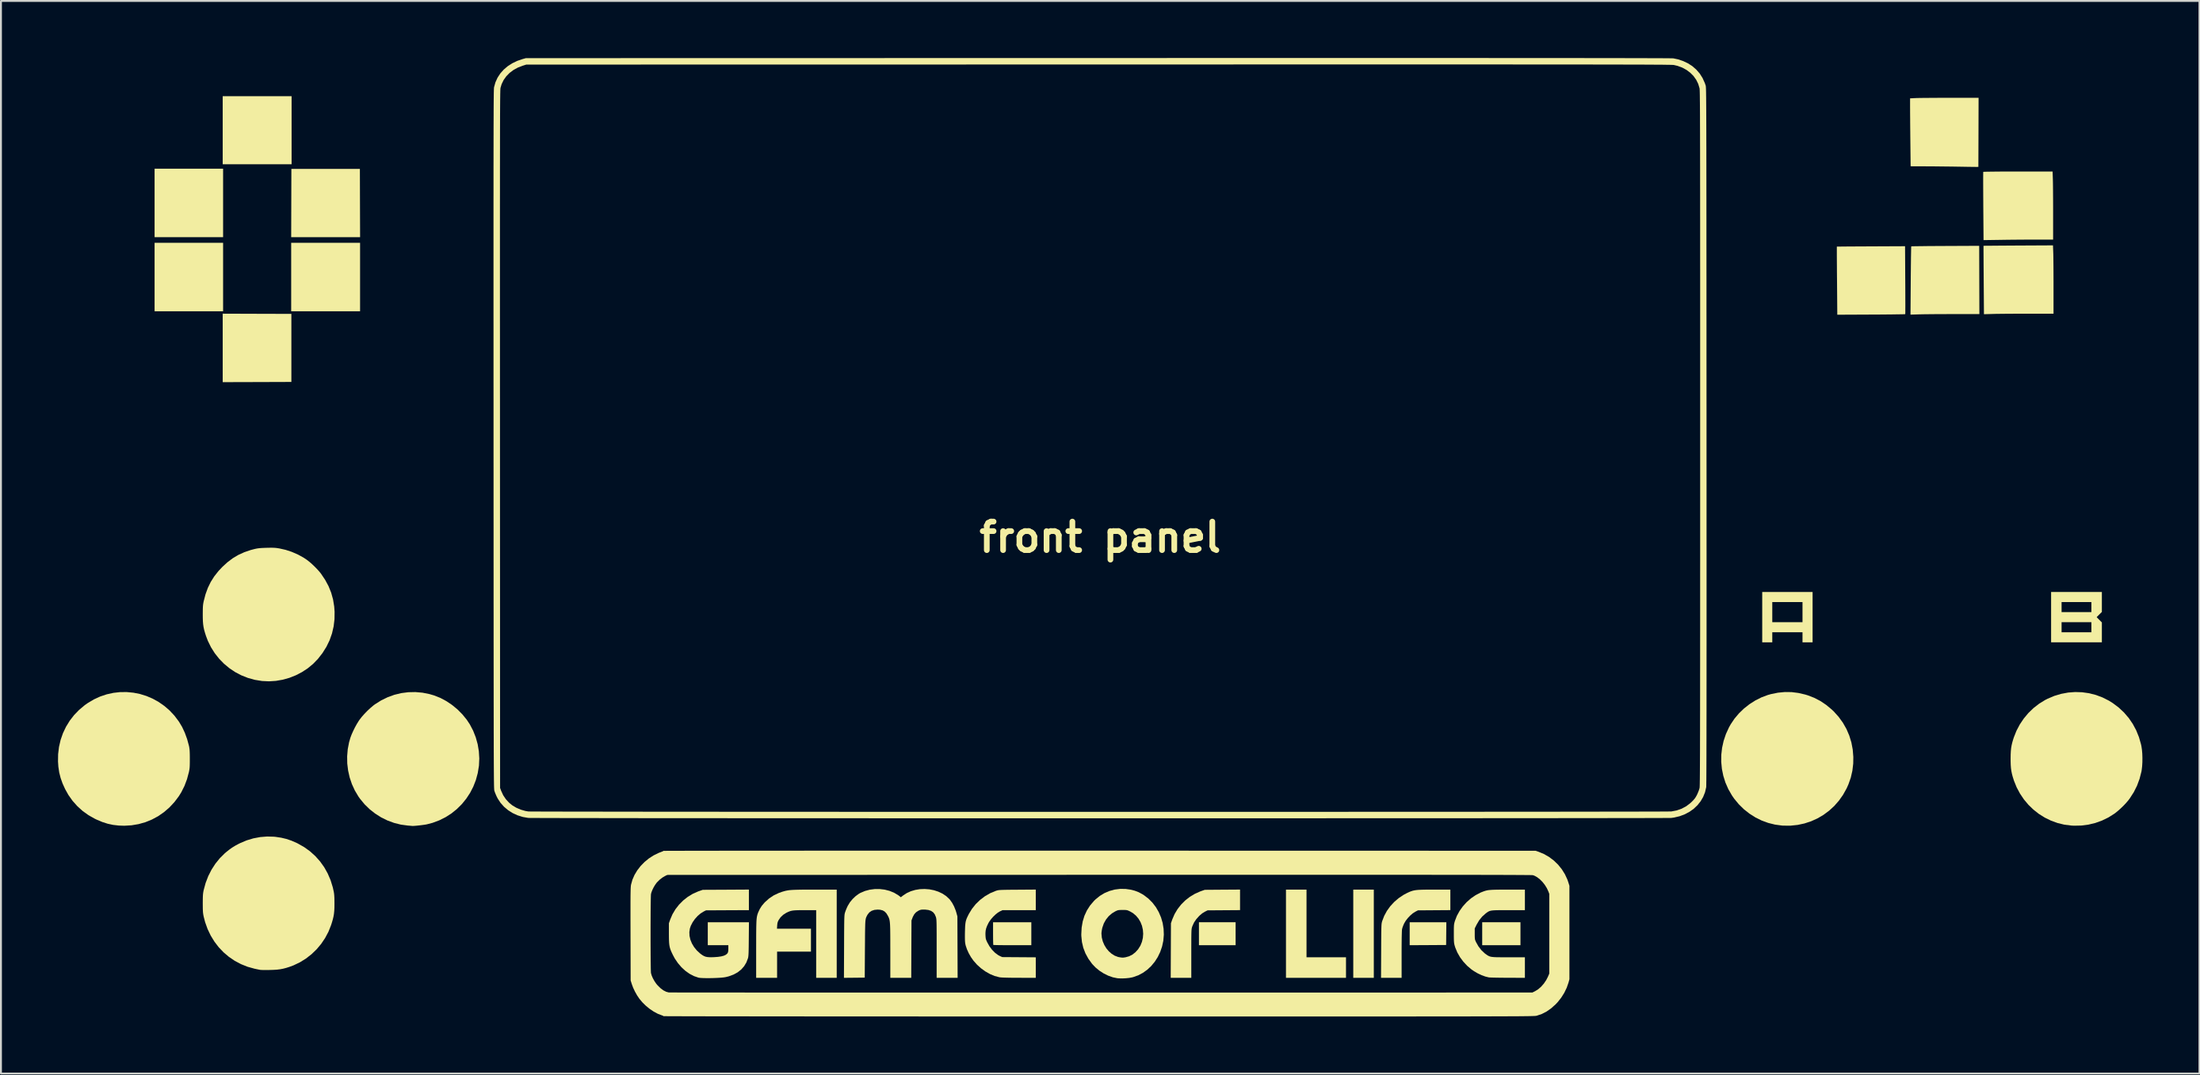
<source format=kicad_pcb>
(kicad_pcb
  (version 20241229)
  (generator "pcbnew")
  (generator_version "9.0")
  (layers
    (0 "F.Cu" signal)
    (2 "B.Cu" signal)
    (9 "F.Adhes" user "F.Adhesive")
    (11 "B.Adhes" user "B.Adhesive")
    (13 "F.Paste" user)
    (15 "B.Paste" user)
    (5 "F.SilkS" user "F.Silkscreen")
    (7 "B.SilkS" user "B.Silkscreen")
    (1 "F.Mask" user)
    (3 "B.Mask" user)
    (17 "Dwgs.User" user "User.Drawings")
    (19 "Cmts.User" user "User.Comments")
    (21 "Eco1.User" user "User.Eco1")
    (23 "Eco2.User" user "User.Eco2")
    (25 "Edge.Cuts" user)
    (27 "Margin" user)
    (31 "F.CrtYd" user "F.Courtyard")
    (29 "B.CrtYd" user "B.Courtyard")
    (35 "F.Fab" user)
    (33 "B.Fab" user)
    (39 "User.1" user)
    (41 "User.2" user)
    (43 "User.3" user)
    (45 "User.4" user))
  (footprint "front panel"
    (layer "F.Cu")
    (at 54.798 25.207)
    (property "Reference" "front panel" (at 0 0 0) (layer "F.SilkS") (effects (font (size 1.5 1.5) (thickness 0.3))))
    (attr board_only exclude_from_pos_files exclude_from_bom)
    (fp_poly (pts (xy -46.118 -17.583) (xy -46.118 -15.782) (xy -47.919 -15.782) (xy -49.72 -15.782) (xy -49.72 -17.583) (xy -49.72 -19.384) (xy -47.919 -19.384) (xy -46.118 -19.384)) (stroke (width 0) (type solid)) (fill yes) (layer "F.SilkS"))
    (fp_poly (pts (xy -46.118 -13.685) (xy -46.118 -11.884) (xy -47.919 -11.884) (xy -49.72 -11.884) (xy -49.72 -13.685) (xy -49.72 -15.486) (xy -47.919 -15.486) (xy -46.118 -15.486)) (stroke (width 0) (type solid)) (fill yes) (layer "F.SilkS"))
    (fp_poly (pts (xy -44.333 -11.752) (xy -42.528 -11.747) (xy -42.528 -9.957) (xy -42.528 -8.167) (xy -44.333 -8.161) (xy -46.139 -8.156) (xy -46.139 -9.957) (xy -46.139 -11.758)) (stroke (width 0) (type solid)) (fill yes) (layer "F.SilkS"))
    (fp_poly (pts (xy -42.517 -21.407) (xy -42.517 -19.617) (xy -44.328 -19.617) (xy -46.139 -19.617) (xy -46.139 -21.407) (xy -46.139 -23.197) (xy -44.328 -23.197) (xy -42.517 -23.197)) (stroke (width 0) (type solid)) (fill yes) (layer "F.SilkS"))
    (fp_poly (pts (xy -38.921 -17.578) (xy -38.915 -15.782) (xy -40.727 -15.782) (xy -42.538 -15.782) (xy -42.533 -17.578) (xy -42.528 -19.373) (xy -40.727 -19.373) (xy -38.926 -19.373)) (stroke (width 0) (type solid)) (fill yes) (layer "F.SilkS"))
    (fp_poly (pts (xy -38.916 -13.685) (xy -38.916 -11.884) (xy -40.727 -11.884) (xy -42.538 -11.884) (xy -42.538 -13.685) (xy -42.538 -15.486) (xy -40.727 -15.486) (xy -38.916 -15.486)) (stroke (width 0) (type solid)) (fill yes) (layer "F.SilkS"))
    (fp_poly (pts (xy 7.118 20.856) (xy 7.118 21.46) (xy 6.154 21.46) (xy 5.19 21.46) (xy 5.19 20.856) (xy 5.19 20.252) (xy 6.154 20.252) (xy 7.118 20.252)) (stroke (width 0) (type solid)) (fill yes) (layer "F.SilkS"))
    (fp_poly (pts (xy 14.384 20.856) (xy 14.384 23.176) (xy 13.844 23.176) (xy 13.304 23.176) (xy 13.304 20.856) (xy 13.304 18.536) (xy 13.844 18.536) (xy 14.384 18.536)) (stroke (width 0) (type solid)) (fill yes) (layer "F.SilkS"))
    (fp_poly (pts (xy 18.192 20.851) (xy 18.187 21.449) (xy 17.228 21.455) (xy 16.27 21.46) (xy 16.27 20.856) (xy 16.27 20.252) (xy 17.234 20.252) (xy 18.198 20.252)) (stroke (width 0) (type solid)) (fill yes) (layer "F.SilkS"))
    (fp_poly (pts (xy 22.095 20.856) (xy 22.095 21.46) (xy 21.089 21.46) (xy 20.083 21.46) (xy 20.083 20.856) (xy 20.083 20.252) (xy 21.089 20.252) (xy 22.095 20.252)) (stroke (width 0) (type solid)) (fill yes) (layer "F.SilkS"))
    (fp_poly (pts (xy 10.846 20.316) (xy 10.846 22.095) (xy 11.884 22.095) (xy 12.922 22.095) (xy 12.922 22.635) (xy 12.922 23.176) (xy 11.344 23.176) (xy 9.766 23.176) (xy 9.766 20.856) (xy 9.766 18.536) (xy 10.306 18.536) (xy 10.846 18.536)) (stroke (width 0) (type solid)) (fill yes) (layer "F.SilkS"))
    (fp_poly (pts (xy -3.623 20.856) (xy -3.623 21.46) (xy -4.615 21.46) (xy -4.816 21.459) (xy -5.004 21.459) (xy -5.174 21.457) (xy -5.324 21.456) (xy -5.447 21.453) (xy -5.541 21.451) (xy -5.6 21.448) (xy -5.621 21.446) (xy -5.625 21.422) (xy -5.628 21.361) (xy -5.631 21.268) (xy -5.633 21.151) (xy -5.634 21.013) (xy -5.635 20.86) (xy -5.635 20.842) (xy -5.635 20.252) (xy -4.629 20.252) (xy -3.623 20.252)) (stroke (width 0) (type solid)) (fill yes) (layer "F.SilkS"))
    (fp_poly (pts (xy 37.454 4.205) (xy 37.454 5.529) (xy 37.189 5.529) (xy 36.924 5.529) (xy 36.924 5.264) (xy 36.924 4.999) (xy 36.13 4.999) (xy 35.335 4.999) (xy 35.335 5.264) (xy 35.335 5.529) (xy 35.071 5.529) (xy 34.806 5.529) (xy 34.806 4.205) (xy 34.806 3.94) (xy 35.335 3.94) (xy 35.335 4.47) (xy 36.13 4.47) (xy 36.924 4.47) (xy 36.924 3.94) (xy 36.924 3.411) (xy 36.13 3.411) (xy 35.335 3.411) (xy 35.335 3.94) (xy 34.806 3.94) (xy 34.806 2.881) (xy 36.13 2.881) (xy 37.454 2.881)) (stroke (width 0) (type solid)) (fill yes) (layer "F.SilkS"))
    (fp_poly (pts (xy 52.664 3.406) (xy 52.664 3.931) (xy 52.526 4.067) (xy 52.389 4.204) (xy 52.526 4.343) (xy 52.664 4.482) (xy 52.664 5.005) (xy 52.664 5.529) (xy 51.33 5.529) (xy 49.995 5.529) (xy 49.995 4.735) (xy 50.546 4.735) (xy 50.546 4.999) (xy 51.33 4.999) (xy 52.113 4.999) (xy 52.113 4.735) (xy 52.113 4.47) (xy 51.33 4.47) (xy 50.546 4.47) (xy 50.546 4.735) (xy 49.995 4.735) (xy 49.995 4.205) (xy 49.995 3.675) (xy 50.546 3.675) (xy 50.546 3.94) (xy 51.33 3.94) (xy 52.113 3.94) (xy 52.113 3.675) (xy 52.113 3.411) (xy 51.33 3.411) (xy 50.546 3.411) (xy 50.546 3.675) (xy 49.995 3.675) (xy 49.995 2.881) (xy 51.33 2.881) (xy 52.664 2.881)) (stroke (width 0) (type solid)) (fill yes) (layer "F.SilkS"))
    (fp_poly (pts (xy 46.219 -13.531) (xy 46.224 -11.736) (xy 44.874 -11.736) (xy 44.622 -11.736) (xy 44.37 -11.735) (xy 44.124 -11.734) (xy 43.888 -11.733) (xy 43.668 -11.731) (xy 43.469 -11.729) (xy 43.298 -11.727) (xy 43.158 -11.724) (xy 43.062 -11.722) (xy 42.602 -11.708) (xy 42.615 -13.496) (xy 42.617 -13.768) (xy 42.62 -14.027) (xy 42.622 -14.271) (xy 42.625 -14.497) (xy 42.627 -14.701) (xy 42.63 -14.88) (xy 42.633 -15.031) (xy 42.635 -15.152) (xy 42.638 -15.238) (xy 42.64 -15.288) (xy 42.641 -15.298) (xy 42.664 -15.3) (xy 42.726 -15.303) (xy 42.824 -15.305) (xy 42.955 -15.307) (xy 43.116 -15.309) (xy 43.304 -15.311) (xy 43.515 -15.314) (xy 43.747 -15.315) (xy 43.996 -15.317) (xy 44.259 -15.319) (xy 44.434 -15.319) (xy 46.214 -15.327)) (stroke (width 0) (type solid)) (fill yes) (layer "F.SilkS"))
    (fp_poly (pts (xy 46.177 -21.296) (xy 46.171 -19.479) (xy 46.086 -19.477) (xy 46.047 -19.477) (xy 45.971 -19.478) (xy 45.862 -19.479) (xy 45.725 -19.481) (xy 45.566 -19.483) (xy 45.39 -19.486) (xy 45.201 -19.489) (xy 45.123 -19.49) (xy 44.888 -19.494) (xy 44.628 -19.497) (xy 44.354 -19.5) (xy 44.078 -19.503) (xy 43.813 -19.506) (xy 43.57 -19.507) (xy 43.426 -19.508) (xy 42.609 -19.511) (xy 42.595 -20.817) (xy 42.592 -21.066) (xy 42.59 -21.316) (xy 42.587 -21.562) (xy 42.585 -21.797) (xy 42.584 -22.017) (xy 42.582 -22.215) (xy 42.581 -22.386) (xy 42.581 -22.525) (xy 42.58 -22.604) (xy 42.58 -23.084) (xy 42.87 -23.098) (xy 42.94 -23.101) (xy 43.048 -23.103) (xy 43.19 -23.105) (xy 43.362 -23.107) (xy 43.559 -23.108) (xy 43.777 -23.11) (xy 44.012 -23.111) (xy 44.259 -23.112) (xy 44.514 -23.112) (xy 44.671 -23.112) (xy 46.182 -23.112)) (stroke (width 0) (type solid)) (fill yes) (layer "F.SilkS"))
    (fp_poly (pts (xy 7.351 19.075) (xy 7.351 19.615) (xy 6.497 19.621) (xy 5.643 19.627) (xy 5.496 19.701) (xy 5.365 19.782) (xy 5.231 19.895) (xy 5.19 19.935) (xy 5.044 20.099) (xy 4.933 20.265) (xy 4.851 20.443) (xy 4.836 20.484) (xy 4.826 20.513) (xy 4.818 20.542) (xy 4.811 20.574) (xy 4.805 20.612) (xy 4.8 20.659) (xy 4.797 20.72) (xy 4.794 20.798) (xy 4.792 20.895) (xy 4.79 21.017) (xy 4.789 21.166) (xy 4.789 21.346) (xy 4.788 21.559) (xy 4.788 21.811) (xy 4.788 21.899) (xy 4.788 23.176) (xy 4.247 23.176) (xy 3.706 23.176) (xy 3.712 21.74) (xy 3.718 20.305) (xy 3.787 20.106) (xy 3.907 19.827) (xy 4.063 19.564) (xy 4.252 19.322) (xy 4.471 19.103) (xy 4.715 18.912) (xy 4.982 18.753) (xy 5.267 18.627) (xy 5.296 18.617) (xy 5.497 18.547) (xy 6.424 18.54) (xy 7.351 18.534)) (stroke (width 0) (type solid)) (fill yes) (layer "F.SilkS"))
    (fp_poly (pts (xy 50.087 -18.838) (xy 50.089 -18.746) (xy 50.092 -18.616) (xy 50.094 -18.454) (xy 50.096 -18.265) (xy 50.097 -18.052) (xy 50.099 -17.823) (xy 50.1 -17.58) (xy 50.101 -17.331) (xy 50.101 -17.078) (xy 50.101 -17.048) (xy 50.101 -15.655) (xy 49.257 -15.655) (xy 49.042 -15.655) (xy 48.796 -15.654) (xy 48.528 -15.652) (xy 48.25 -15.65) (xy 47.972 -15.648) (xy 47.704 -15.645) (xy 47.458 -15.642) (xy 47.428 -15.641) (xy 46.443 -15.627) (xy 46.429 -17.413) (xy 46.428 -17.684) (xy 46.426 -17.944) (xy 46.425 -18.188) (xy 46.424 -18.414) (xy 46.423 -18.618) (xy 46.423 -18.797) (xy 46.423 -18.949) (xy 46.424 -19.07) (xy 46.425 -19.157) (xy 46.426 -19.206) (xy 46.427 -19.217) (xy 46.45 -19.22) (xy 46.511 -19.222) (xy 46.609 -19.225) (xy 46.74 -19.227) (xy 46.901 -19.229) (xy 47.089 -19.231) (xy 47.301 -19.233) (xy 47.533 -19.234) (xy 47.784 -19.235) (xy 48.048 -19.235) (xy 48.256 -19.235) (xy 50.073 -19.235)) (stroke (width 0) (type solid)) (fill yes) (layer "F.SilkS"))
    (fp_poly (pts (xy 50.108 -14.958) (xy 50.111 -14.866) (xy 50.113 -14.738) (xy 50.115 -14.576) (xy 50.117 -14.388) (xy 50.119 -14.176) (xy 50.12 -13.947) (xy 50.121 -13.704) (xy 50.122 -13.454) (xy 50.122 -13.201) (xy 50.122 -13.161) (xy 50.122 -11.757) (xy 48.77 -11.757) (xy 48.517 -11.757) (xy 48.264 -11.756) (xy 48.016 -11.755) (xy 47.778 -11.754) (xy 47.556 -11.752) (xy 47.355 -11.75) (xy 47.181 -11.748) (xy 47.038 -11.746) (xy 46.941 -11.743) (xy 46.464 -11.73) (xy 46.451 -13.527) (xy 46.449 -13.799) (xy 46.447 -14.059) (xy 46.445 -14.303) (xy 46.444 -14.528) (xy 46.443 -14.732) (xy 46.442 -14.911) (xy 46.441 -15.062) (xy 46.441 -15.182) (xy 46.441 -15.269) (xy 46.441 -15.318) (xy 46.442 -15.328) (xy 46.463 -15.329) (xy 46.524 -15.33) (xy 46.621 -15.331) (xy 46.751 -15.332) (xy 46.911 -15.333) (xy 47.098 -15.335) (xy 47.31 -15.336) (xy 47.542 -15.338) (xy 47.792 -15.339) (xy 48.056 -15.341) (xy 48.271 -15.342) (xy 50.094 -15.351)) (stroke (width 0) (type solid)) (fill yes) (layer "F.SilkS"))
    (fp_poly (pts (xy 42.326 -13.526) (xy 42.328 -13.255) (xy 42.329 -12.997) (xy 42.33 -12.753) (xy 42.33 -12.529) (xy 42.331 -12.325) (xy 42.331 -12.147) (xy 42.33 -11.996) (xy 42.33 -11.877) (xy 42.329 -11.791) (xy 42.327 -11.743) (xy 42.326 -11.733) (xy 42.304 -11.731) (xy 42.242 -11.728) (xy 42.145 -11.726) (xy 42.014 -11.724) (xy 41.853 -11.722) (xy 41.666 -11.719) (xy 41.455 -11.717) (xy 41.223 -11.715) (xy 40.974 -11.713) (xy 40.711 -11.712) (xy 40.534 -11.711) (xy 38.753 -11.703) (xy 38.739 -13.491) (xy 38.736 -13.763) (xy 38.734 -14.022) (xy 38.733 -14.265) (xy 38.731 -14.49) (xy 38.73 -14.693) (xy 38.729 -14.872) (xy 38.729 -15.022) (xy 38.729 -15.142) (xy 38.729 -15.227) (xy 38.729 -15.275) (xy 38.73 -15.285) (xy 38.751 -15.286) (xy 38.812 -15.287) (xy 38.909 -15.288) (xy 39.039 -15.289) (xy 39.199 -15.291) (xy 39.386 -15.292) (xy 39.597 -15.293) (xy 39.828 -15.295) (xy 40.077 -15.296) (xy 40.341 -15.297) (xy 40.526 -15.298) (xy 42.316 -15.306)) (stroke (width 0) (type solid)) (fill yes) (layer "F.SilkS"))
    (fp_poly (pts (xy 18.409 19.076) (xy 18.409 19.615) (xy 17.557 19.621) (xy 16.704 19.627) (xy 16.566 19.699) (xy 16.435 19.782) (xy 16.302 19.896) (xy 16.175 20.029) (xy 16.064 20.172) (xy 15.98 20.314) (xy 15.979 20.316) (xy 15.936 20.413) (xy 15.898 20.513) (xy 15.873 20.6) (xy 15.868 20.622) (xy 15.863 20.673) (xy 15.859 20.765) (xy 15.855 20.895) (xy 15.851 21.062) (xy 15.849 21.263) (xy 15.847 21.496) (xy 15.846 21.76) (xy 15.846 21.961) (xy 15.846 23.176) (xy 15.305 23.176) (xy 14.764 23.176) (xy 14.771 21.762) (xy 14.772 21.482) (xy 14.773 21.242) (xy 14.775 21.037) (xy 14.776 20.865) (xy 14.778 20.722) (xy 14.78 20.605) (xy 14.783 20.51) (xy 14.786 20.433) (xy 14.79 20.373) (xy 14.795 20.325) (xy 14.801 20.286) (xy 14.808 20.253) (xy 14.816 20.222) (xy 14.825 20.19) (xy 14.826 20.189) (xy 14.931 19.916) (xy 15.073 19.654) (xy 15.25 19.409) (xy 15.458 19.184) (xy 15.691 18.984) (xy 15.948 18.812) (xy 16.109 18.726) (xy 16.2 18.683) (xy 16.282 18.646) (xy 16.36 18.617) (xy 16.438 18.593) (xy 16.523 18.574) (xy 16.618 18.56) (xy 16.728 18.55) (xy 16.859 18.544) (xy 17.015 18.539) (xy 17.201 18.537) (xy 17.423 18.537) (xy 17.546 18.536) (xy 18.409 18.536)) (stroke (width 0) (type solid)) (fill yes) (layer "F.SilkS"))
    (fp_poly (pts (xy 36.35 8.147) (xy 36.706 8.192) (xy 37.069 8.276) (xy 37.209 8.319) (xy 37.544 8.449) (xy 37.868 8.618) (xy 38.176 8.825) (xy 38.465 9.066) (xy 38.566 9.162) (xy 38.825 9.45) (xy 39.048 9.759) (xy 39.235 10.088) (xy 39.383 10.434) (xy 39.494 10.795) (xy 39.565 11.17) (xy 39.596 11.557) (xy 39.591 11.906) (xy 39.547 12.281) (xy 39.463 12.646) (xy 39.338 13.002) (xy 39.245 13.21) (xy 39.058 13.546) (xy 38.841 13.854) (xy 38.596 14.134) (xy 38.324 14.384) (xy 38.029 14.603) (xy 37.714 14.789) (xy 37.38 14.94) (xy 37.031 15.055) (xy 36.668 15.133) (xy 36.296 15.172) (xy 35.915 15.171) (xy 35.846 15.166) (xy 35.479 15.117) (xy 35.121 15.028) (xy 34.775 14.901) (xy 34.445 14.737) (xy 34.132 14.538) (xy 33.84 14.307) (xy 33.573 14.045) (xy 33.333 13.754) (xy 33.212 13.579) (xy 33.023 13.25) (xy 32.872 12.906) (xy 32.76 12.55) (xy 32.686 12.186) (xy 32.651 11.817) (xy 32.654 11.446) (xy 32.696 11.077) (xy 32.777 10.712) (xy 32.897 10.354) (xy 33.055 10.008) (xy 33.149 9.84) (xy 33.349 9.542) (xy 33.583 9.265) (xy 33.846 9.011) (xy 34.134 8.784) (xy 34.441 8.588) (xy 34.764 8.425) (xy 35.097 8.3) (xy 35.263 8.253) (xy 35.633 8.178) (xy 35.994 8.143)) (stroke (width 0) (type solid)) (fill yes) (layer "F.SilkS"))
    (fp_poly (pts (xy -13.855 20.856) (xy -13.855 23.176) (xy -14.395 23.176) (xy -14.935 23.176) (xy -14.935 21.396) (xy -14.935 19.617) (xy -15.524 19.617) (xy -15.719 19.617) (xy -15.878 19.619) (xy -16.008 19.624) (xy -16.113 19.631) (xy -16.2 19.643) (xy -16.276 19.66) (xy -16.346 19.683) (xy -16.417 19.713) (xy -16.494 19.75) (xy -16.506 19.756) (xy -16.672 19.862) (xy -16.812 19.997) (xy -16.914 20.147) (xy -16.951 20.225) (xy -16.973 20.304) (xy -16.984 20.402) (xy -16.986 20.426) (xy -16.995 20.591) (xy -16.103 20.591) (xy -15.21 20.591) (xy -15.21 21.195) (xy -15.21 21.799) (xy -16.1 21.799) (xy -16.99 21.799) (xy -16.99 22.487) (xy -16.99 23.176) (xy -17.541 23.176) (xy -18.091 23.176) (xy -18.091 21.677) (xy -18.09 21.37) (xy -18.09 21.101) (xy -18.089 20.869) (xy -18.087 20.67) (xy -18.085 20.5) (xy -18.081 20.356) (xy -18.077 20.235) (xy -18.071 20.134) (xy -18.063 20.05) (xy -18.054 19.979) (xy -18.042 19.918) (xy -18.029 19.864) (xy -18.013 19.814) (xy -17.995 19.764) (xy -17.98 19.726) (xy -17.897 19.55) (xy -17.797 19.392) (xy -17.669 19.239) (xy -17.625 19.193) (xy -17.408 18.999) (xy -17.167 18.839) (xy -16.901 18.713) (xy -16.739 18.655) (xy -16.66 18.631) (xy -16.586 18.61) (xy -16.512 18.593) (xy -16.435 18.578) (xy -16.35 18.566) (xy -16.255 18.557) (xy -16.143 18.55) (xy -16.013 18.545) (xy -15.859 18.541) (xy -15.677 18.538) (xy -15.464 18.537) (xy -15.215 18.536) (xy -15.014 18.536) (xy -13.855 18.536)) (stroke (width 0) (type solid)) (fill yes) (layer "F.SilkS"))
    (fp_poly (pts (xy -50.828 8.179) (xy -50.483 8.248) (xy -50.145 8.353) (xy -49.818 8.493) (xy -49.505 8.667) (xy -49.208 8.874) (xy -48.931 9.114) (xy -48.676 9.386) (xy -48.447 9.691) (xy -48.439 9.702) (xy -48.273 9.98) (xy -48.129 10.289) (xy -48.009 10.618) (xy -47.917 10.959) (xy -47.915 10.965) (xy -47.899 11.042) (xy -47.888 11.115) (xy -47.879 11.193) (xy -47.874 11.284) (xy -47.87 11.396) (xy -47.868 11.536) (xy -47.868 11.651) (xy -47.868 11.814) (xy -47.87 11.943) (xy -47.873 12.046) (xy -47.879 12.131) (xy -47.888 12.206) (xy -47.901 12.28) (xy -47.915 12.35) (xy -48.016 12.729) (xy -48.149 13.082) (xy -48.314 13.412) (xy -48.446 13.625) (xy -48.681 13.936) (xy -48.941 14.215) (xy -49.226 14.461) (xy -49.532 14.673) (xy -49.858 14.849) (xy -50.201 14.989) (xy -50.559 15.09) (xy -50.93 15.153) (xy -51.311 15.176) (xy -51.605 15.166) (xy -51.9 15.132) (xy -52.185 15.071) (xy -52.469 14.98) (xy -52.761 14.857) (xy -52.865 14.807) (xy -53.197 14.62) (xy -53.503 14.4) (xy -53.782 14.148) (xy -54.032 13.867) (xy -54.251 13.558) (xy -54.423 13.251) (xy -54.559 12.952) (xy -54.661 12.663) (xy -54.734 12.374) (xy -54.779 12.074) (xy -54.798 11.799) (xy -54.792 11.41) (xy -54.746 11.03) (xy -54.661 10.662) (xy -54.538 10.308) (xy -54.378 9.971) (xy -54.182 9.652) (xy -53.952 9.355) (xy -53.689 9.083) (xy -53.395 8.836) (xy -53.239 8.726) (xy -52.916 8.533) (xy -52.581 8.379) (xy -52.237 8.264) (xy -51.886 8.187) (xy -51.533 8.147) (xy -51.18 8.145)) (stroke (width 0) (type solid)) (fill yes) (layer "F.SilkS"))
    (fp_poly (pts (xy 51.626 8.155) (xy 51.99 8.206) (xy 52.348 8.297) (xy 52.696 8.427) (xy 53.031 8.596) (xy 53.239 8.726) (xy 53.549 8.959) (xy 53.828 9.22) (xy 54.076 9.509) (xy 54.29 9.822) (xy 54.47 10.159) (xy 54.614 10.516) (xy 54.722 10.893) (xy 54.744 10.996) (xy 54.771 11.177) (xy 54.789 11.385) (xy 54.796 11.609) (xy 54.794 11.835) (xy 54.781 12.052) (xy 54.758 12.246) (xy 54.745 12.324) (xy 54.647 12.706) (xy 54.514 13.067) (xy 54.343 13.409) (xy 54.134 13.734) (xy 54.052 13.844) (xy 53.942 13.973) (xy 53.809 14.115) (xy 53.661 14.258) (xy 53.512 14.392) (xy 53.371 14.506) (xy 53.328 14.538) (xy 53.01 14.739) (xy 52.673 14.903) (xy 52.321 15.03) (xy 51.955 15.118) (xy 51.58 15.166) (xy 51.199 15.174) (xy 51.054 15.166) (xy 50.686 15.119) (xy 50.33 15.032) (xy 49.987 14.907) (xy 49.66 14.747) (xy 49.352 14.554) (xy 49.066 14.329) (xy 48.803 14.075) (xy 48.567 13.794) (xy 48.36 13.487) (xy 48.184 13.158) (xy 48.042 12.807) (xy 48.026 12.757) (xy 47.973 12.588) (xy 47.933 12.435) (xy 47.904 12.288) (xy 47.884 12.138) (xy 47.872 11.972) (xy 47.867 11.782) (xy 47.866 11.641) (xy 47.869 11.429) (xy 47.878 11.249) (xy 47.894 11.088) (xy 47.92 10.937) (xy 47.957 10.783) (xy 48.007 10.615) (xy 48.037 10.524) (xy 48.176 10.175) (xy 48.352 9.843) (xy 48.561 9.533) (xy 48.801 9.246) (xy 49.069 8.987) (xy 49.362 8.759) (xy 49.678 8.564) (xy 49.811 8.496) (xy 50.163 8.347) (xy 50.524 8.239) (xy 50.89 8.171) (xy 51.259 8.143)) (stroke (width 0) (type solid)) (fill yes) (layer "F.SilkS"))
    (fp_poly (pts (xy -35.633 8.178) (xy -35.261 8.253) (xy -35.015 8.325) (xy -34.69 8.455) (xy -34.375 8.624) (xy -34.075 8.826) (xy -33.793 9.059) (xy -33.536 9.319) (xy -33.307 9.6) (xy -33.145 9.845) (xy -32.972 10.175) (xy -32.834 10.525) (xy -32.733 10.888) (xy -32.671 11.26) (xy -32.648 11.636) (xy -32.665 12.01) (xy -32.667 12.028) (xy -32.729 12.408) (xy -32.828 12.773) (xy -32.964 13.121) (xy -33.133 13.449) (xy -33.335 13.756) (xy -33.566 14.04) (xy -33.825 14.297) (xy -34.11 14.527) (xy -34.419 14.725) (xy -34.75 14.891) (xy -35.1 15.022) (xy -35.404 15.102) (xy -35.474 15.115) (xy -35.569 15.129) (xy -35.68 15.144) (xy -35.797 15.158) (xy -35.912 15.17) (xy -36.018 15.18) (xy -36.104 15.186) (xy -36.163 15.188) (xy -36.183 15.186) (xy -36.207 15.183) (xy -36.264 15.178) (xy -36.344 15.171) (xy -36.405 15.167) (xy -36.772 15.117) (xy -37.13 15.027) (xy -37.476 14.9) (xy -37.808 14.736) (xy -38.122 14.537) (xy -38.414 14.307) (xy -38.681 14.046) (xy -38.92 13.756) (xy -38.999 13.645) (xy -39.189 13.327) (xy -39.344 12.99) (xy -39.463 12.638) (xy -39.545 12.273) (xy -39.59 11.902) (xy -39.596 11.528) (xy -39.565 11.155) (xy -39.495 10.788) (xy -39.424 10.543) (xy -39.363 10.381) (xy -39.282 10.199) (xy -39.189 10.01) (xy -39.089 9.828) (xy -38.989 9.666) (xy -38.942 9.597) (xy -38.827 9.449) (xy -38.687 9.291) (xy -38.532 9.131) (xy -38.371 8.981) (xy -38.217 8.851) (xy -38.131 8.787) (xy -37.806 8.582) (xy -37.465 8.416) (xy -37.112 8.288) (xy -36.75 8.2) (xy -36.381 8.153) (xy -36.008 8.145)) (stroke (width 0) (type solid)) (fill yes) (layer "F.SilkS"))
    (fp_poly (pts (xy -43.451 0.556) (xy -43.36 0.562) (xy -43.27 0.573) (xy -43.171 0.588) (xy -43.155 0.591) (xy -42.828 0.665) (xy -42.501 0.773) (xy -42.184 0.911) (xy -41.887 1.074) (xy -41.724 1.183) (xy -41.585 1.29) (xy -41.434 1.422) (xy -41.283 1.567) (xy -41.14 1.716) (xy -41.018 1.857) (xy -40.972 1.916) (xy -40.753 2.242) (xy -40.574 2.574) (xy -40.436 2.916) (xy -40.337 3.271) (xy -40.277 3.64) (xy -40.256 3.92) (xy -40.261 4.314) (xy -40.307 4.695) (xy -40.393 5.065) (xy -40.519 5.421) (xy -40.685 5.763) (xy -40.892 6.093) (xy -41.133 6.402) (xy -41.385 6.662) (xy -41.665 6.894) (xy -41.969 7.094) (xy -42.293 7.262) (xy -42.633 7.397) (xy -42.985 7.495) (xy -43.345 7.557) (xy -43.709 7.58) (xy -44.073 7.563) (xy -44.075 7.562) (xy -44.448 7.502) (xy -44.808 7.403) (xy -45.153 7.267) (xy -45.48 7.096) (xy -45.786 6.891) (xy -46.069 6.656) (xy -46.327 6.392) (xy -46.556 6.102) (xy -46.755 5.786) (xy -46.921 5.448) (xy -47.017 5.195) (xy -47.072 5.023) (xy -47.115 4.87) (xy -47.146 4.725) (xy -47.167 4.579) (xy -47.18 4.42) (xy -47.186 4.238) (xy -47.187 4.057) (xy -47.186 3.894) (xy -47.184 3.765) (xy -47.18 3.662) (xy -47.173 3.575) (xy -47.163 3.497) (xy -47.149 3.42) (xy -47.138 3.368) (xy -47.043 3.003) (xy -46.921 2.667) (xy -46.769 2.355) (xy -46.584 2.061) (xy -46.363 1.781) (xy -46.162 1.566) (xy -45.891 1.318) (xy -45.612 1.107) (xy -45.318 0.932) (xy -45.004 0.789) (xy -44.664 0.673) (xy -44.466 0.621) (xy -44.374 0.601) (xy -44.287 0.586) (xy -44.193 0.575) (xy -44.083 0.567) (xy -43.948 0.561) (xy -43.83 0.557) (xy -43.675 0.554) (xy -43.552 0.553)) (stroke (width 0) (type solid)) (fill yes) (layer "F.SilkS"))
    (fp_poly (pts (xy -3.389 19.075) (xy -3.389 19.617) (xy -4.263 19.617) (xy -5.137 19.617) (xy -5.274 19.681) (xy -5.385 19.748) (xy -5.506 19.845) (xy -5.627 19.961) (xy -5.739 20.089) (xy -5.833 20.218) (xy -5.883 20.305) (xy -5.953 20.451) (xy -5.999 20.577) (xy -6.025 20.696) (xy -6.035 20.823) (xy -6.034 20.929) (xy -6.028 21.03) (xy -6.019 21.106) (xy -6.001 21.173) (xy -5.97 21.247) (xy -5.939 21.312) (xy -5.823 21.519) (xy -5.686 21.702) (xy -5.533 21.857) (xy -5.37 21.979) (xy -5.275 22.03) (xy -5.158 22.085) (xy -4.274 22.091) (xy -3.389 22.097) (xy -3.389 22.636) (xy -3.389 23.176) (xy -4.274 23.174) (xy -4.53 23.173) (xy -4.746 23.171) (xy -4.925 23.167) (xy -5.069 23.163) (xy -5.18 23.158) (xy -5.261 23.151) (xy -5.307 23.144) (xy -5.553 23.079) (xy -5.8 22.976) (xy -6.04 22.839) (xy -6.269 22.674) (xy -6.479 22.484) (xy -6.665 22.273) (xy -6.797 22.087) (xy -6.914 21.881) (xy -7.007 21.676) (xy -7.072 21.483) (xy -7.089 21.413) (xy -7.1 21.348) (xy -7.108 21.274) (xy -7.113 21.183) (xy -7.115 21.069) (xy -7.115 20.925) (xy -7.113 20.782) (xy -7.108 20.6) (xy -7.102 20.453) (xy -7.091 20.332) (xy -7.075 20.229) (xy -7.051 20.136) (xy -7.018 20.044) (xy -6.973 19.946) (xy -6.916 19.833) (xy -6.907 19.814) (xy -6.742 19.544) (xy -6.544 19.297) (xy -6.315 19.076) (xy -6.062 18.884) (xy -5.787 18.725) (xy -5.494 18.603) (xy -5.476 18.597) (xy -5.44 18.586) (xy -5.406 18.576) (xy -5.368 18.568) (xy -5.324 18.562) (xy -5.268 18.557) (xy -5.197 18.553) (xy -5.107 18.55) (xy -4.993 18.547) (xy -4.851 18.545) (xy -4.677 18.543) (xy -4.466 18.542) (xy -4.359 18.541) (xy -3.389 18.534)) (stroke (width 0) (type solid)) (fill yes) (layer "F.SilkS"))
    (fp_poly (pts (xy -43.44 15.753) (xy -43.355 15.762) (xy -43.061 15.806) (xy -42.789 15.871) (xy -42.524 15.961) (xy -42.251 16.08) (xy -42.189 16.111) (xy -41.854 16.301) (xy -41.547 16.522) (xy -41.268 16.774) (xy -41.019 17.054) (xy -40.801 17.359) (xy -40.617 17.689) (xy -40.466 18.041) (xy -40.351 18.414) (xy -40.299 18.648) (xy -40.284 18.741) (xy -40.274 18.844) (xy -40.267 18.966) (xy -40.264 19.116) (xy -40.263 19.278) (xy -40.265 19.484) (xy -40.274 19.659) (xy -40.29 19.816) (xy -40.316 19.966) (xy -40.354 20.121) (xy -40.404 20.292) (xy -40.44 20.403) (xy -40.578 20.751) (xy -40.753 21.081) (xy -40.961 21.39) (xy -41.2 21.675) (xy -41.467 21.932) (xy -41.76 22.161) (xy -42.075 22.357) (xy -42.411 22.518) (xy -42.633 22.601) (xy -42.808 22.656) (xy -42.968 22.697) (xy -43.124 22.726) (xy -43.288 22.746) (xy -43.473 22.757) (xy -43.661 22.763) (xy -43.794 22.764) (xy -43.918 22.764) (xy -44.023 22.764) (xy -44.102 22.762) (xy -44.147 22.759) (xy -44.148 22.759) (xy -44.199 22.751) (xy -44.279 22.735) (xy -44.377 22.715) (xy -44.466 22.696) (xy -44.832 22.594) (xy -45.179 22.455) (xy -45.506 22.281) (xy -45.811 22.074) (xy -46.091 21.837) (xy -46.346 21.57) (xy -46.572 21.275) (xy -46.768 20.956) (xy -46.932 20.614) (xy -47.062 20.251) (xy -47.139 19.956) (xy -47.155 19.876) (xy -47.167 19.801) (xy -47.176 19.724) (xy -47.181 19.635) (xy -47.185 19.528) (xy -47.186 19.393) (xy -47.187 19.257) (xy -47.186 19.093) (xy -47.184 18.963) (xy -47.18 18.859) (xy -47.174 18.774) (xy -47.165 18.698) (xy -47.152 18.624) (xy -47.14 18.565) (xy -47.037 18.187) (xy -46.899 17.827) (xy -46.727 17.488) (xy -46.523 17.172) (xy -46.288 16.882) (xy -46.025 16.622) (xy -45.963 16.569) (xy -45.8 16.438) (xy -45.644 16.327) (xy -45.48 16.226) (xy -45.294 16.126) (xy -45.218 16.089) (xy -44.88 15.946) (xy -44.528 15.84) (xy -44.167 15.772) (xy -43.802 15.743)) (stroke (width 0) (type solid)) (fill yes) (layer "F.SilkS"))
    (fp_poly (pts (xy -18.473 19.075) (xy -18.473 19.616) (xy -19.601 19.621) (xy -20.729 19.627) (xy -20.845 19.685) (xy -21.009 19.786) (xy -21.167 19.921) (xy -21.31 20.08) (xy -21.432 20.255) (xy -21.526 20.437) (xy -21.576 20.582) (xy -21.604 20.774) (xy -21.594 20.973) (xy -21.548 21.174) (xy -21.467 21.371) (xy -21.353 21.561) (xy -21.209 21.737) (xy -21.036 21.896) (xy -21.004 21.921) (xy -20.912 21.986) (xy -20.828 22.034) (xy -20.742 22.066) (xy -20.647 22.084) (xy -20.531 22.092) (xy -20.386 22.091) (xy -20.316 22.089) (xy -20.101 22.074) (xy -19.925 22.048) (xy -19.786 22.011) (xy -19.682 21.961) (xy -19.61 21.899) (xy -19.593 21.875) (xy -19.571 21.826) (xy -19.558 21.762) (xy -19.553 21.671) (xy -19.553 21.634) (xy -19.553 21.46) (xy -20.093 21.46) (xy -20.634 21.46) (xy -20.634 20.856) (xy -20.634 20.252) (xy -19.552 20.252) (xy -18.47 20.252) (xy -18.478 21.137) (xy -18.48 21.36) (xy -18.482 21.546) (xy -18.485 21.698) (xy -18.488 21.82) (xy -18.492 21.917) (xy -18.497 21.993) (xy -18.503 22.052) (xy -18.51 22.099) (xy -18.519 22.138) (xy -18.522 22.148) (xy -18.606 22.369) (xy -18.724 22.566) (xy -18.876 22.738) (xy -19.06 22.884) (xy -19.276 23.003) (xy -19.523 23.095) (xy -19.691 23.137) (xy -19.782 23.152) (xy -19.904 23.165) (xy -20.049 23.175) (xy -20.209 23.183) (xy -20.378 23.189) (xy -20.548 23.192) (xy -20.71 23.192) (xy -20.858 23.189) (xy -20.984 23.183) (xy -21.08 23.174) (xy -21.125 23.166) (xy -21.364 23.084) (xy -21.595 22.963) (xy -21.815 22.806) (xy -22.02 22.618) (xy -22.206 22.4) (xy -22.37 22.158) (xy -22.466 21.979) (xy -22.526 21.855) (xy -22.573 21.749) (xy -22.609 21.651) (xy -22.636 21.555) (xy -22.655 21.453) (xy -22.667 21.339) (xy -22.674 21.203) (xy -22.677 21.04) (xy -22.678 20.856) (xy -22.678 20.305) (xy -22.608 20.106) (xy -22.49 19.83) (xy -22.334 19.568) (xy -22.146 19.327) (xy -21.929 19.108) (xy -21.687 18.917) (xy -21.424 18.757) (xy -21.143 18.632) (xy -21.1 18.617) (xy -20.898 18.547) (xy -19.686 18.541) (xy -18.473 18.534)) (stroke (width 0) (type solid)) (fill yes) (layer "F.SilkS"))
    (fp_poly (pts (xy 22.328 19.076) (xy 22.328 19.617) (xy 21.463 19.617) (xy 21.237 19.617) (xy 21.048 19.617) (xy 20.892 19.619) (xy 20.765 19.622) (xy 20.663 19.628) (xy 20.582 19.637) (xy 20.515 19.65) (xy 20.46 19.667) (xy 20.412 19.689) (xy 20.366 19.717) (xy 20.318 19.751) (xy 20.266 19.79) (xy 20.083 19.953) (xy 19.923 20.151) (xy 19.79 20.377) (xy 19.691 20.577) (xy 19.691 20.865) (xy 19.691 20.981) (xy 19.694 21.066) (xy 19.699 21.129) (xy 19.71 21.179) (xy 19.728 21.228) (xy 19.753 21.285) (xy 19.758 21.295) (xy 19.887 21.524) (xy 20.042 21.724) (xy 20.22 21.891) (xy 20.295 21.946) (xy 20.347 21.982) (xy 20.394 22.011) (xy 20.44 22.034) (xy 20.49 22.053) (xy 20.548 22.068) (xy 20.619 22.078) (xy 20.708 22.086) (xy 20.818 22.091) (xy 20.954 22.093) (xy 21.121 22.095) (xy 21.323 22.095) (xy 21.471 22.095) (xy 22.328 22.095) (xy 22.328 22.635) (xy 22.328 23.176) (xy 21.433 23.173) (xy 21.238 23.172) (xy 21.052 23.17) (xy 20.88 23.168) (xy 20.729 23.165) (xy 20.602 23.162) (xy 20.504 23.158) (xy 20.442 23.154) (xy 20.427 23.152) (xy 20.247 23.108) (xy 20.051 23.037) (xy 19.85 22.942) (xy 19.656 22.829) (xy 19.521 22.736) (xy 19.295 22.545) (xy 19.092 22.327) (xy 18.917 22.091) (xy 18.774 21.84) (xy 18.667 21.583) (xy 18.638 21.489) (xy 18.622 21.43) (xy 18.611 21.373) (xy 18.602 21.311) (xy 18.597 21.236) (xy 18.594 21.142) (xy 18.592 21.022) (xy 18.592 20.867) (xy 18.592 20.845) (xy 18.592 20.69) (xy 18.593 20.569) (xy 18.596 20.476) (xy 18.6 20.404) (xy 18.608 20.344) (xy 18.619 20.289) (xy 18.634 20.233) (xy 18.65 20.179) (xy 18.752 19.914) (xy 18.893 19.658) (xy 19.066 19.416) (xy 19.267 19.194) (xy 19.492 18.996) (xy 19.736 18.828) (xy 19.995 18.693) (xy 20.053 18.669) (xy 20.13 18.639) (xy 20.199 18.614) (xy 20.267 18.593) (xy 20.337 18.576) (xy 20.413 18.563) (xy 20.502 18.554) (xy 20.607 18.547) (xy 20.732 18.542) (xy 20.884 18.539) (xy 21.066 18.537) (xy 21.283 18.537) (xy 21.423 18.537) (xy 22.328 18.536)) (stroke (width 0) (type solid)) (fill yes) (layer "F.SilkS"))
    (fp_poly (pts (xy 1.338 18.501) (xy 1.596 18.538) (xy 1.816 18.594) (xy 2.016 18.67) (xy 2.211 18.774) (xy 2.302 18.832) (xy 2.538 19.013) (xy 2.747 19.224) (xy 2.928 19.461) (xy 3.078 19.721) (xy 3.197 19.999) (xy 3.282 20.291) (xy 3.331 20.594) (xy 3.344 20.903) (xy 3.318 21.216) (xy 3.317 21.227) (xy 3.252 21.528) (xy 3.154 21.814) (xy 3.025 22.082) (xy 2.867 22.329) (xy 2.683 22.552) (xy 2.476 22.747) (xy 2.248 22.911) (xy 2.002 23.042) (xy 1.74 23.136) (xy 1.674 23.153) (xy 1.522 23.181) (xy 1.345 23.199) (xy 1.162 23.208) (xy 0.991 23.204) (xy 0.895 23.196) (xy 0.658 23.147) (xy 0.418 23.062) (xy 0.182 22.945) (xy -0.043 22.8) (xy -0.247 22.632) (xy -0.425 22.446) (xy -0.431 22.438) (xy -0.624 22.171) (xy -0.777 21.891) (xy -0.89 21.598) (xy -0.962 21.292) (xy -0.994 20.973) (xy -0.996 20.874) (xy -0.994 20.85) (xy 0.064 20.85) (xy 0.064 20.85) (xy 0.082 21.057) (xy 0.134 21.259) (xy 0.215 21.45) (xy 0.322 21.626) (xy 0.452 21.781) (xy 0.6 21.911) (xy 0.763 22.012) (xy 0.936 22.077) (xy 1.024 22.095) (xy 1.106 22.107) (xy 1.164 22.112) (xy 1.214 22.111) (xy 1.275 22.103) (xy 1.334 22.094) (xy 1.517 22.043) (xy 1.692 21.954) (xy 1.852 21.829) (xy 1.993 21.672) (xy 2.111 21.484) (xy 2.193 21.283) (xy 2.242 21.073) (xy 2.258 20.859) (xy 2.242 20.647) (xy 2.195 20.44) (xy 2.118 20.244) (xy 2.012 20.064) (xy 1.879 19.905) (xy 1.719 19.771) (xy 1.579 19.689) (xy 1.504 19.653) (xy 1.445 19.629) (xy 1.391 19.615) (xy 1.328 19.608) (xy 1.243 19.606) (xy 1.177 19.606) (xy 1.071 19.607) (xy 0.995 19.611) (xy 0.936 19.62) (xy 0.883 19.637) (xy 0.822 19.664) (xy 0.805 19.672) (xy 0.613 19.787) (xy 0.444 19.935) (xy 0.302 20.111) (xy 0.19 20.311) (xy 0.113 20.53) (xy 0.096 20.601) (xy 0.08 20.693) (xy 0.068 20.782) (xy 0.064 20.85) (xy -0.994 20.85) (xy -0.977 20.532) (xy -0.922 20.212) (xy -0.831 19.913) (xy -0.702 19.634) (xy -0.537 19.375) (xy -0.334 19.136) (xy -0.25 19.053) (xy -0.025 18.869) (xy 0.221 18.72) (xy 0.484 18.608) (xy 0.76 18.533) (xy 1.046 18.497)) (stroke (width 0) (type solid)) (fill yes) (layer "F.SilkS"))
    (fp_poly (pts (xy -8.982 18.522) (xy -8.738 18.57) (xy -8.506 18.646) (xy -8.29 18.749) (xy -8.095 18.88) (xy -7.928 19.037) (xy -7.901 19.069) (xy -7.787 19.23) (xy -7.685 19.42) (xy -7.601 19.629) (xy -7.566 19.742) (xy -7.51 19.945) (xy -7.504 21.56) (xy -7.498 23.176) (xy -8.049 23.176) (xy -8.601 23.176) (xy -8.601 21.642) (xy -8.601 21.35) (xy -8.601 21.097) (xy -8.601 20.88) (xy -8.602 20.696) (xy -8.603 20.542) (xy -8.604 20.415) (xy -8.606 20.31) (xy -8.609 20.227) (xy -8.612 20.16) (xy -8.616 20.108) (xy -8.621 20.066) (xy -8.627 20.032) (xy -8.634 20.003) (xy -8.642 19.975) (xy -8.644 19.967) (xy -8.702 19.833) (xy -8.784 19.729) (xy -8.893 19.655) (xy -9.032 19.608) (xy -9.202 19.587) (xy -9.259 19.586) (xy -9.355 19.587) (xy -9.424 19.594) (xy -9.483 19.611) (xy -9.548 19.64) (xy -9.565 19.649) (xy -9.682 19.726) (xy -9.775 19.828) (xy -9.849 19.961) (xy -9.874 20.023) (xy -9.924 20.157) (xy -9.931 21.666) (xy -9.937 23.176) (xy -10.487 23.176) (xy -11.037 23.176) (xy -11.037 21.751) (xy -11.038 21.453) (xy -11.038 21.195) (xy -11.039 20.972) (xy -11.041 20.782) (xy -11.043 20.621) (xy -11.047 20.487) (xy -11.052 20.375) (xy -11.059 20.282) (xy -11.067 20.206) (xy -11.078 20.143) (xy -11.09 20.089) (xy -11.106 20.042) (xy -11.123 19.997) (xy -11.144 19.953) (xy -11.16 19.921) (xy -11.241 19.787) (xy -11.333 19.69) (xy -11.441 19.628) (xy -11.573 19.595) (xy -11.704 19.587) (xy -11.876 19.603) (xy -12.021 19.652) (xy -12.14 19.734) (xy -12.231 19.848) (xy -12.249 19.879) (xy -12.27 19.92) (xy -12.288 19.956) (xy -12.304 19.99) (xy -12.317 20.027) (xy -12.328 20.068) (xy -12.337 20.117) (xy -12.345 20.178) (xy -12.351 20.253) (xy -12.356 20.346) (xy -12.359 20.46) (xy -12.362 20.599) (xy -12.365 20.765) (xy -12.367 20.961) (xy -12.368 21.192) (xy -12.37 21.459) (xy -12.372 21.65) (xy -12.382 23.165) (xy -12.928 23.171) (xy -13.475 23.176) (xy -13.468 21.529) (xy -13.467 21.226) (xy -13.466 20.962) (xy -13.465 20.735) (xy -13.463 20.541) (xy -13.462 20.377) (xy -13.46 20.241) (xy -13.458 20.128) (xy -13.455 20.037) (xy -13.452 19.963) (xy -13.448 19.905) (xy -13.444 19.858) (xy -13.438 19.821) (xy -13.432 19.789) (xy -13.424 19.761) (xy -13.416 19.732) (xy -13.413 19.723) (xy -13.38 19.631) (xy -13.335 19.52) (xy -13.285 19.411) (xy -13.266 19.374) (xy -13.158 19.198) (xy -13.019 19.03) (xy -12.86 18.879) (xy -12.69 18.755) (xy -12.609 18.709) (xy -12.371 18.608) (xy -12.118 18.54) (xy -11.857 18.507) (xy -11.593 18.506) (xy -11.333 18.537) (xy -11.082 18.601) (xy -10.846 18.696) (xy -10.632 18.822) (xy -10.563 18.873) (xy -10.483 18.937) (xy -10.374 18.851) (xy -10.177 18.721) (xy -9.959 18.621) (xy -9.724 18.552) (xy -9.48 18.512) (xy -9.231 18.503)) (stroke (width 0) (type solid)) (fill yes) (layer "F.SilkS"))
    (fp_poly (pts (xy -5.966 16.486) (xy -5.044 16.486) (xy -4.108 16.486) (xy -3.159 16.486) (xy -2.199 16.486) (xy -1.226 16.486) (xy -0.244 16.487) (xy -0.03 16.487) (xy 22.89 16.492) (xy 23.038 16.542) (xy 23.327 16.662) (xy 23.597 16.817) (xy 23.847 17.005) (xy 24.072 17.222) (xy 24.268 17.464) (xy 24.433 17.728) (xy 24.563 18.01) (xy 24.609 18.144) (xy 24.669 18.335) (xy 24.669 20.792) (xy 24.669 23.25) (xy 24.62 23.43) (xy 24.527 23.698) (xy 24.398 23.965) (xy 24.237 24.221) (xy 24.049 24.458) (xy 23.939 24.574) (xy 23.705 24.783) (xy 23.466 24.95) (xy 23.219 25.077) (xy 22.964 25.164) (xy 22.955 25.167) (xy 22.946 25.169) (xy 22.937 25.171) (xy 22.927 25.173) (xy 22.914 25.175) (xy 22.899 25.177) (xy 22.88 25.179) (xy 22.858 25.181) (xy 22.83 25.182) (xy 22.796 25.184) (xy 22.756 25.185) (xy 22.709 25.187) (xy 22.654 25.188) (xy 22.59 25.19) (xy 22.517 25.191) (xy 22.434 25.192) (xy 22.339 25.193) (xy 22.233 25.195) (xy 22.115 25.196) (xy 21.983 25.197) (xy 21.837 25.198) (xy 21.677 25.199) (xy 21.501 25.199) (xy 21.309 25.2) (xy 21.1 25.201) (xy 20.873 25.202) (xy 20.628 25.202) (xy 20.364 25.203) (xy 20.079 25.204) (xy 19.774 25.204) (xy 19.448 25.205) (xy 19.099 25.205) (xy 18.727 25.206) (xy 18.332 25.206) (xy 17.912 25.207) (xy 17.467 25.207) (xy 16.996 25.207) (xy 16.498 25.208) (xy 15.973 25.208) (xy 15.42 25.208) (xy 14.838 25.208) (xy 14.226 25.208) (xy 13.583 25.209) (xy 12.91 25.209) (xy 12.204 25.209) (xy 11.466 25.209) (xy 10.694 25.209) (xy 9.888 25.209) (xy 9.047 25.209) (xy 8.171 25.209) (xy 7.258 25.209) (xy 6.308 25.209) (xy 5.319 25.209) (xy 4.292 25.209) (xy 3.226 25.209) (xy 2.12 25.209) (xy 0.972 25.209) (xy -0.088 25.209) (xy -1.072 25.209) (xy -2.045 25.209) (xy -3.008 25.209) (xy -3.958 25.209) (xy -4.895 25.209) (xy -5.819 25.209) (xy -6.728 25.209) (xy -7.622 25.208) (xy -8.499 25.208) (xy -9.359 25.208) (xy -10.201 25.207) (xy -11.025 25.207) (xy -11.828 25.207) (xy -12.611 25.206) (xy -13.372 25.206) (xy -14.111 25.206) (xy -14.827 25.205) (xy -15.518 25.205) (xy -16.185 25.204) (xy -16.826 25.204) (xy -17.44 25.203) (xy -18.027 25.203) (xy -18.585 25.202) (xy -19.114 25.201) (xy -19.613 25.201) (xy -20.081 25.2) (xy -20.517 25.2) (xy -20.92 25.199) (xy -21.29 25.198) (xy -21.625 25.198) (xy -21.925 25.197) (xy -22.188 25.196) (xy -22.415 25.195) (xy -22.604 25.195) (xy -22.754 25.194) (xy -22.865 25.193) (xy -22.934 25.192) (xy -22.963 25.192) (xy -22.964 25.192) (xy -22.982 25.175) (xy -23.028 25.155) (xy -23.054 25.147) (xy -23.262 25.067) (xy -23.476 24.953) (xy -23.688 24.81) (xy -23.892 24.644) (xy -24.078 24.46) (xy -24.236 24.27) (xy -24.354 24.094) (xy -24.465 23.896) (xy -24.561 23.692) (xy -24.631 23.502) (xy -24.69 23.313) (xy -24.696 20.992) (xy -23.642 20.992) (xy -23.642 21.252) (xy -23.641 21.507) (xy -23.64 21.752) (xy -23.639 21.983) (xy -23.637 22.198) (xy -23.635 22.393) (xy -23.633 22.563) (xy -23.63 22.705) (xy -23.627 22.815) (xy -23.624 22.89) (xy -23.621 22.924) (xy -23.584 23.054) (xy -23.521 23.199) (xy -23.439 23.347) (xy -23.345 23.485) (xy -23.268 23.576) (xy -23.115 23.725) (xy -22.968 23.835) (xy -22.822 23.909) (xy -22.688 23.945) (xy -22.665 23.945) (xy -22.6 23.946) (xy -22.495 23.946) (xy -22.35 23.946) (xy -22.165 23.947) (xy -21.943 23.947) (xy -21.684 23.947) (xy -21.388 23.948) (xy -21.057 23.948) (xy -20.692 23.948) (xy -20.293 23.949) (xy -19.861 23.949) (xy -19.397 23.949) (xy -18.902 23.949) (xy -18.377 23.95) (xy -17.822 23.95) (xy -17.239 23.95) (xy -16.628 23.95) (xy -15.991 23.95) (xy -15.328 23.951) (xy -14.64 23.951) (xy -13.928 23.951) (xy -13.192 23.951) (xy -12.434 23.951) (xy -11.655 23.951) (xy -10.855 23.951) (xy -10.035 23.951) (xy -9.197 23.952) (xy -8.34 23.952) (xy -7.466 23.952) (xy -6.576 23.952) (xy -5.671 23.952) (xy -4.751 23.952) (xy -3.817 23.952) (xy -2.871 23.952) (xy -1.912 23.951) (xy -0.943 23.951) (xy 0.037 23.951) (xy 0.043 23.951) (xy 22.721 23.949) (xy 22.859 23.881) (xy 23.023 23.78) (xy 23.181 23.643) (xy 23.325 23.478) (xy 23.45 23.293) (xy 23.54 23.116) (xy 23.61 22.953) (xy 23.61 20.856) (xy 23.61 18.759) (xy 23.563 18.634) (xy 23.482 18.459) (xy 23.378 18.291) (xy 23.256 18.136) (xy 23.121 18) (xy 22.979 17.888) (xy 22.837 17.808) (xy 22.748 17.776) (xy 22.734 17.775) (xy 22.701 17.774) (xy 22.648 17.772) (xy 22.575 17.771) (xy 22.482 17.77) (xy 22.368 17.769) (xy 22.231 17.768) (xy 22.073 17.767) (xy 21.891 17.766) (xy 21.686 17.765) (xy 21.457 17.764) (xy 21.203 17.763) (xy 20.923 17.762) (xy 20.618 17.762) (xy 20.287 17.761) (xy 19.928 17.76) (xy 19.542 17.76) (xy 19.128 17.759) (xy 18.685 17.759) (xy 18.213 17.758) (xy 17.71 17.758) (xy 17.178 17.757) (xy 16.614 17.757) (xy 16.018 17.757) (xy 15.391 17.756) (xy 14.73 17.756) (xy 14.036 17.756) (xy 13.308 17.756) (xy 12.546 17.756) (xy 11.748 17.756) (xy 10.915 17.755) (xy 10.045 17.755) (xy 9.138 17.756) (xy 8.194 17.756) (xy 7.212 17.756) (xy 6.191 17.756) (xy 5.131 17.756) (xy 4.032 17.756) (xy 2.892 17.756) (xy 1.71 17.757) (xy 0.488 17.757) (xy -0.053 17.757) (xy -22.763 17.763) (xy -22.879 17.819) (xy -23.023 17.904) (xy -23.167 18.017) (xy -23.297 18.146) (xy -23.336 18.192) (xy -23.413 18.301) (xy -23.487 18.428) (xy -23.551 18.56) (xy -23.599 18.684) (xy -23.62 18.767) (xy -23.624 18.808) (xy -23.627 18.887) (xy -23.63 19.001) (xy -23.633 19.147) (xy -23.635 19.32) (xy -23.637 19.517) (xy -23.639 19.734) (xy -23.64 19.967) (xy -23.641 20.214) (xy -23.642 20.469) (xy -23.642 20.73) (xy -23.642 20.992) (xy -24.696 20.992) (xy -24.696 20.877) (xy -24.697 20.499) (xy -24.698 20.161) (xy -24.698 19.861) (xy -24.698 19.596) (xy -24.698 19.363) (xy -24.698 19.161) (xy -24.697 18.987) (xy -24.696 18.838) (xy -24.694 18.713) (xy -24.692 18.608) (xy -24.69 18.521) (xy -24.687 18.451) (xy -24.683 18.394) (xy -24.68 18.348) (xy -24.675 18.31) (xy -24.67 18.279) (xy -24.668 18.271) (xy -24.596 18.013) (xy -24.485 17.76) (xy -24.339 17.518) (xy -24.162 17.29) (xy -23.957 17.081) (xy -23.729 16.894) (xy -23.482 16.735) (xy -23.218 16.606) (xy -23.112 16.565) (xy -23.041 16.538) (xy -22.988 16.514) (xy -22.963 16.499) (xy -22.963 16.498) (xy -22.941 16.498) (xy -22.878 16.497) (xy -22.774 16.496) (xy -22.631 16.496) (xy -22.448 16.495) (xy -22.228 16.494) (xy -21.97 16.494) (xy -21.676 16.493) (xy -21.347 16.492) (xy -20.983 16.492) (xy -20.585 16.491) (xy -20.154 16.491) (xy -19.692 16.49) (xy -19.198 16.49) (xy -18.674 16.489) (xy -18.12 16.489) (xy -17.538 16.489) (xy -16.928 16.488) (xy -16.292 16.488) (xy -15.629 16.488) (xy -14.941 16.487) (xy -14.229 16.487) (xy -13.494 16.487) (xy -12.736 16.487) (xy -11.956 16.486) (xy -11.156 16.486) (xy -10.336 16.486) (xy -9.496 16.486) (xy -8.639 16.486) (xy -7.764 16.486) (xy -6.873 16.486)) (stroke (width 0) (type solid)) (fill yes) (layer "F.SilkS"))
    (fp_poly (pts (xy 14.714 -25.207) (xy 15.698 -25.206) (xy 16.645 -25.206) (xy 17.556 -25.206) (xy 18.43 -25.206) (xy 19.27 -25.206) (xy 20.074 -25.206) (xy 20.844 -25.205) (xy 21.58 -25.205) (xy 22.282 -25.205) (xy 22.95 -25.205) (xy 23.586 -25.204) (xy 24.19 -25.204) (xy 24.761 -25.203) (xy 25.301 -25.203) (xy 25.809 -25.202) (xy 26.287 -25.202) (xy 26.735 -25.201) (xy 27.153 -25.201) (xy 27.541 -25.2) (xy 27.901 -25.199) (xy 28.232 -25.199) (xy 28.534 -25.198) (xy 28.809 -25.197) (xy 29.057 -25.196) (xy 29.278 -25.195) (xy 29.473 -25.195) (xy 29.642 -25.194) (xy 29.785 -25.193) (xy 29.903 -25.192) (xy 29.997 -25.191) (xy 30.066 -25.19) (xy 30.111 -25.188) (xy 30.133 -25.187) (xy 30.134 -25.187) (xy 30.393 -25.133) (xy 30.652 -25.044) (xy 30.897 -24.928) (xy 31.117 -24.788) (xy 31.119 -24.787) (xy 31.335 -24.601) (xy 31.519 -24.39) (xy 31.669 -24.153) (xy 31.788 -23.889) (xy 31.833 -23.758) (xy 31.835 -23.75) (xy 31.837 -23.74) (xy 31.839 -23.726) (xy 31.841 -23.709) (xy 31.843 -23.688) (xy 31.845 -23.661) (xy 31.846 -23.627) (xy 31.848 -23.587) (xy 31.85 -23.539) (xy 31.851 -23.481) (xy 31.853 -23.415) (xy 31.854 -23.337) (xy 31.855 -23.249) (xy 31.857 -23.148) (xy 31.858 -23.035) (xy 31.859 -22.907) (xy 31.86 -22.765) (xy 31.861 -22.608) (xy 31.862 -22.434) (xy 31.863 -22.243) (xy 31.864 -22.034) (xy 31.865 -21.807) (xy 31.866 -21.559) (xy 31.867 -21.291) (xy 31.867 -21.002) (xy 31.868 -20.691) (xy 31.869 -20.356) (xy 31.869 -19.998) (xy 31.87 -19.615) (xy 31.87 -19.207) (xy 31.871 -18.772) (xy 31.871 -18.311) (xy 31.872 -17.821) (xy 31.872 -17.302) (xy 31.873 -16.754) (xy 31.873 -16.175) (xy 31.873 -15.564) (xy 31.874 -14.922) (xy 31.874 -14.246) (xy 31.875 -13.537) (xy 31.875 -12.793) (xy 31.875 -12.013) (xy 31.876 -11.197) (xy 31.876 -10.344) (xy 31.876 -9.453) (xy 31.877 -8.522) (xy 31.877 -7.552) (xy 31.878 -6.542) (xy 31.878 -5.49) (xy 31.878 -5.317) (xy 31.878 -4.185) (xy 31.879 -3.094) (xy 31.879 -2.044) (xy 31.879 -1.035) (xy 31.879 -0.067) (xy 31.88 0.863) (xy 31.88 1.753) (xy 31.88 2.605) (xy 31.88 3.419) (xy 31.88 4.196) (xy 31.88 4.935) (xy 31.88 5.639) (xy 31.879 6.308) (xy 31.879 6.941) (xy 31.879 7.54) (xy 31.878 8.104) (xy 31.878 8.636) (xy 31.878 9.135) (xy 31.877 9.601) (xy 31.876 10.036) (xy 31.876 10.44) (xy 31.875 10.813) (xy 31.874 11.157) (xy 31.874 11.471) (xy 31.873 11.756) (xy 31.872 12.013) (xy 31.871 12.242) (xy 31.87 12.444) (xy 31.869 12.62) (xy 31.868 12.77) (xy 31.866 12.894) (xy 31.865 12.993) (xy 31.864 13.068) (xy 31.862 13.119) (xy 31.861 13.148) (xy 31.86 13.152) (xy 31.799 13.415) (xy 31.7 13.663) (xy 31.566 13.891) (xy 31.4 14.099) (xy 31.205 14.284) (xy 30.983 14.442) (xy 30.736 14.574) (xy 30.467 14.675) (xy 30.179 14.743) (xy 30.029 14.765) (xy 30 14.766) (xy 29.93 14.767) (xy 29.82 14.767) (xy 29.67 14.768) (xy 29.481 14.769) (xy 29.255 14.77) (xy 28.992 14.77) (xy 28.693 14.771) (xy 28.358 14.772) (xy 27.99 14.772) (xy 27.589 14.773) (xy 27.155 14.774) (xy 26.691 14.774) (xy 26.195 14.775) (xy 25.671 14.775) (xy 25.118 14.776) (xy 24.537 14.776) (xy 23.93 14.777) (xy 23.296 14.777) (xy 22.639 14.778) (xy 21.957 14.778) (xy 21.252 14.779) (xy 20.525 14.779) (xy 19.777 14.78) (xy 19.009 14.78) (xy 18.222 14.78) (xy 17.416 14.781) (xy 16.593 14.781) (xy 15.753 14.781) (xy 14.898 14.782) (xy 14.028 14.782) (xy 13.144 14.782) (xy 12.247 14.782) (xy 11.339 14.783) (xy 10.42 14.783) (xy 9.49 14.783) (xy 8.552 14.783) (xy 7.605 14.783) (xy 6.651 14.783) (xy 5.691 14.784) (xy 4.725 14.784) (xy 3.755 14.784) (xy 2.781 14.784) (xy 1.805 14.784) (xy 0.827 14.784) (xy -0.152 14.784) (xy -1.131 14.784) (xy -2.109 14.784) (xy -3.085 14.784) (xy -4.058 14.784) (xy -5.027 14.784) (xy -5.991 14.784) (xy -6.95 14.783) (xy -7.902 14.783) (xy -8.846 14.783) (xy -9.783 14.783) (xy -10.709 14.783) (xy -11.626 14.783) (xy -12.531 14.782) (xy -13.424 14.782) (xy -14.304 14.782) (xy -15.171 14.782) (xy -16.022 14.781) (xy -16.857 14.781) (xy -17.676 14.781) (xy -18.477 14.78) (xy -19.259 14.78) (xy -20.022 14.779) (xy -20.764 14.779) (xy -21.485 14.779) (xy -22.184 14.778) (xy -22.86 14.778) (xy -23.511 14.777) (xy -24.137 14.777) (xy -24.738 14.776) (xy -25.311 14.776) (xy -25.857 14.775) (xy -26.373 14.774) (xy -26.861 14.774) (xy -27.317 14.773) (xy -27.742 14.773) (xy -28.135 14.772) (xy -28.494 14.771) (xy -28.819 14.771) (xy -29.108 14.77) (xy -29.362 14.769) (xy -29.578 14.768) (xy -29.756 14.768) (xy -29.896 14.767) (xy -29.996 14.766) (xy -30.054 14.765) (xy -30.071 14.765) (xy -30.362 14.714) (xy -30.639 14.627) (xy -30.898 14.508) (xy -31.134 14.358) (xy -31.346 14.179) (xy -31.529 13.974) (xy -31.679 13.746) (xy -31.732 13.643) (xy -31.776 13.545) (xy -31.818 13.443) (xy -31.849 13.356) (xy -31.855 13.336) (xy -31.858 13.327) (xy -31.86 13.316) (xy -31.862 13.301) (xy -31.864 13.282) (xy -31.865 13.258) (xy -31.867 13.227) (xy -31.869 13.19) (xy -31.871 13.145) (xy -31.872 13.092) (xy -31.874 13.029) (xy -31.875 12.956) (xy -31.876 12.872) (xy -31.878 12.776) (xy -31.879 12.668) (xy -31.88 12.546) (xy -31.881 12.409) (xy -31.882 12.258) (xy -31.883 12.09) (xy -31.884 11.906) (xy -31.885 11.703) (xy -31.886 11.483) (xy -31.887 11.242) (xy -31.888 10.982) (xy -31.888 10.701) (xy -31.889 10.398) (xy -31.89 10.072) (xy -31.89 9.722) (xy -31.891 9.348) (xy -31.891 8.949) (xy -31.892 8.524) (xy -31.892 8.072) (xy -31.893 7.593) (xy -31.893 7.085) (xy -31.894 6.547) (xy -31.894 5.979) (xy -31.895 5.38) (xy -31.895 4.75) (xy -31.895 4.086) (xy -31.896 3.389) (xy -31.896 2.658) (xy -31.896 1.891) (xy -31.897 1.089) (xy -31.897 0.249) (xy -31.897 -0.628) (xy -31.898 -1.544) (xy -31.898 -2.499) (xy -31.898 -3.494) (xy -31.899 -4.531) (xy -31.899 -5.148) (xy -31.899 -6.213) (xy -31.899 -7.236) (xy -31.9 -8.219) (xy -31.9 -9.161) (xy -31.9 -10.065) (xy -31.9 -10.93) (xy -31.901 -11.758) (xy -31.901 -12.55) (xy -31.901 -13.305) (xy -31.901 -14.026) (xy -31.901 -14.713) (xy -31.901 -15.162) (xy -31.562 -15.162) (xy -31.562 -14.498) (xy -31.562 -13.8) (xy -31.562 -13.068) (xy -31.562 -12.3) (xy -31.562 -11.496) (xy -31.561 -10.656) (xy -31.561 -9.778) (xy -31.561 -8.861) (xy -31.561 -7.905) (xy -31.56 -6.909) (xy -31.56 -5.871) (xy -31.56 -5.148) (xy -31.554 13.187) (xy -31.497 13.343) (xy -31.391 13.572) (xy -31.249 13.784) (xy -31.076 13.971) (xy -30.92 14.098) (xy -30.704 14.228) (xy -30.467 14.33) (xy -30.222 14.4) (xy -30.072 14.425) (xy -30.043 14.426) (xy -29.973 14.427) (xy -29.863 14.427) (xy -29.712 14.428) (xy -29.523 14.429) (xy -29.297 14.43) (xy -29.033 14.431) (xy -28.734 14.431) (xy -28.399 14.432) (xy -28.031 14.433) (xy -27.629 14.433) (xy -27.195 14.434) (xy -26.73 14.435) (xy -26.235 14.435) (xy -25.71 14.436) (xy -25.157 14.437) (xy -24.576 14.437) (xy -23.968 14.438) (xy -23.335 14.438) (xy -22.677 14.439) (xy -21.995 14.439) (xy -21.29 14.44) (xy -20.563 14.44) (xy -19.814 14.441) (xy -19.046 14.441) (xy -18.259 14.442) (xy -17.453 14.442) (xy -16.629 14.442) (xy -15.789 14.443) (xy -14.934 14.443) (xy -14.064 14.443) (xy -13.18 14.444) (xy -12.283 14.444) (xy -11.375 14.444) (xy -10.455 14.444) (xy -9.526 14.444) (xy -8.587 14.445) (xy -7.64 14.445) (xy -6.686 14.445) (xy -5.726 14.445) (xy -4.76 14.445) (xy -3.79 14.445) (xy -2.816 14.445) (xy -1.84 14.445) (xy -0.861 14.445) (xy 0.118 14.445) (xy 1.097 14.445) (xy 2.074 14.445) (xy 3.05 14.445) (xy 4.023 14.445) (xy 4.992 14.445) (xy 5.957 14.445) (xy 6.915 14.445) (xy 7.867 14.445) (xy 8.812 14.445) (xy 9.748 14.444) (xy 10.675 14.444) (xy 11.591 14.444) (xy 12.496 14.444) (xy 13.389 14.443) (xy 14.269 14.443) (xy 15.135 14.443) (xy 15.987 14.443) (xy 16.822 14.442) (xy 17.64 14.442) (xy 18.441 14.441) (xy 19.223 14.441) (xy 19.986 14.441) (xy 20.728 14.44) (xy 21.449 14.44) (xy 22.148 14.439) (xy 22.823 14.439) (xy 23.474 14.438) (xy 24.1 14.438) (xy 24.7 14.437) (xy 25.274 14.437) (xy 25.819 14.436) (xy 26.336 14.435) (xy 26.822 14.435) (xy 27.279 14.434) (xy 27.703 14.433) (xy 28.096 14.433) (xy 28.454 14.432) (xy 28.779 14.431) (xy 29.068 14.43) (xy 29.321 14.43) (xy 29.538 14.429) (xy 29.716 14.428) (xy 29.855 14.427) (xy 29.954 14.426) (xy 30.012 14.425) (xy 30.029 14.425) (xy 30.308 14.372) (xy 30.567 14.281) (xy 30.806 14.154) (xy 31.023 13.989) (xy 31.1 13.918) (xy 31.188 13.828) (xy 31.254 13.751) (xy 31.307 13.674) (xy 31.358 13.584) (xy 31.382 13.537) (xy 31.428 13.433) (xy 31.471 13.324) (xy 31.502 13.226) (xy 31.512 13.187) (xy 31.514 13.175) (xy 31.515 13.155) (xy 31.517 13.126) (xy 31.519 13.088) (xy 31.52 13.04) (xy 31.522 12.98) (xy 31.523 12.909) (xy 31.524 12.826) (xy 31.526 12.729) (xy 31.527 12.618) (xy 31.528 12.491) (xy 31.529 12.349) (xy 31.53 12.191) (xy 31.531 12.015) (xy 31.532 11.82) (xy 31.533 11.607) (xy 31.534 11.374) (xy 31.535 11.12) (xy 31.535 10.845) (xy 31.536 10.547) (xy 31.537 10.226) (xy 31.537 9.881) (xy 31.538 9.512) (xy 31.539 9.117) (xy 31.539 8.696) (xy 31.54 8.247) (xy 31.54 7.771) (xy 31.54 7.266) (xy 31.541 6.731) (xy 31.541 6.166) (xy 31.541 5.57) (xy 31.542 4.942) (xy 31.542 4.281) (xy 31.542 3.586) (xy 31.542 2.857) (xy 31.542 2.093) (xy 31.543 1.293) (xy 31.543 0.456) (xy 31.543 -0.419) (xy 31.543 -1.332) (xy 31.543 -2.285) (xy 31.543 -3.277) (xy 31.543 -4.311) (xy 31.543 -5.207) (xy 31.543 -6.269) (xy 31.543 -7.289) (xy 31.543 -8.269) (xy 31.543 -9.209) (xy 31.543 -10.11) (xy 31.543 -10.972) (xy 31.543 -11.797) (xy 31.543 -12.586) (xy 31.543 -13.339) (xy 31.543 -14.056) (xy 31.542 -14.74) (xy 31.542 -15.391) (xy 31.542 -16.009) (xy 31.542 -16.595) (xy 31.541 -17.151) (xy 31.541 -17.676) (xy 31.541 -18.173) (xy 31.54 -18.641) (xy 31.54 -19.082) (xy 31.54 -19.496) (xy 31.539 -19.884) (xy 31.539 -20.248) (xy 31.538 -20.587) (xy 31.537 -20.902) (xy 31.537 -21.196) (xy 31.536 -21.467) (xy 31.535 -21.718) (xy 31.534 -21.949) (xy 31.534 -22.16) (xy 31.533 -22.353) (xy 31.532 -22.528) (xy 31.531 -22.687) (xy 31.53 -22.83) (xy 31.528 -22.958) (xy 31.527 -23.071) (xy 31.526 -23.171) (xy 31.525 -23.259) (xy 31.523 -23.335) (xy 31.522 -23.4) (xy 31.52 -23.454) (xy 31.519 -23.5) (xy 31.517 -23.537) (xy 31.515 -23.566) (xy 31.514 -23.588) (xy 31.512 -23.605) (xy 31.51 -23.615) (xy 31.441 -23.846) (xy 31.335 -24.06) (xy 31.196 -24.255) (xy 31.025 -24.429) (xy 30.827 -24.578) (xy 30.604 -24.7) (xy 30.359 -24.791) (xy 30.166 -24.837) (xy 30.155 -24.839) (xy 30.14 -24.84) (xy 30.118 -24.842) (xy 30.09 -24.843) (xy 30.056 -24.844) (xy 30.013 -24.846) (xy 29.963 -24.847) (xy 29.903 -24.848) (xy 29.834 -24.849) (xy 29.754 -24.85) (xy 29.664 -24.851) (xy 29.562 -24.853) (xy 29.449 -24.853) (xy 29.322 -24.854) (xy 29.182 -24.855) (xy 29.028 -24.856) (xy 28.859 -24.857) (xy 28.675 -24.858) (xy 28.474 -24.859) (xy 28.258 -24.859) (xy 28.023 -24.86) (xy 27.771 -24.861) (xy 27.501 -24.861) (xy 27.211 -24.862) (xy 26.901 -24.862) (xy 26.571 -24.863) (xy 26.22 -24.863) (xy 25.847 -24.864) (xy 25.451 -24.864) (xy 25.033 -24.865) (xy 24.591 -24.865) (xy 24.124 -24.865) (xy 23.632 -24.866) (xy 23.115 -24.866) (xy 22.572 -24.866) (xy 22.001 -24.866) (xy 21.403 -24.867) (xy 20.777 -24.867) (xy 20.122 -24.867) (xy 19.438 -24.867) (xy 18.723 -24.867) (xy 17.978 -24.867) (xy 17.201 -24.867) (xy 16.392 -24.867) (xy 15.551 -24.867) (xy 14.676 -24.867) (xy 13.767 -24.867) (xy 12.823 -24.867) (xy 11.845 -24.867) (xy 10.83 -24.867) (xy 9.779 -24.867) (xy 8.69 -24.867) (xy 7.564 -24.867) (xy 6.399 -24.866) (xy 5.195 -24.866) (xy 3.952 -24.866) (xy 2.668 -24.866) (xy 1.343 -24.866) (xy -0.024 -24.865) (xy -0.095 -24.865) (xy -30.177 -24.86) (xy -30.367 -24.8) (xy -30.622 -24.702) (xy -30.853 -24.574) (xy -31.056 -24.421) (xy -31.228 -24.245) (xy -31.368 -24.048) (xy -31.473 -23.833) (xy -31.533 -23.633) (xy -31.535 -23.622) (xy -31.536 -23.605) (xy -31.538 -23.581) (xy -31.54 -23.55) (xy -31.541 -23.511) (xy -31.543 -23.464) (xy -31.544 -23.406) (xy -31.546 -23.338) (xy -31.547 -23.258) (xy -31.548 -23.166) (xy -31.55 -23.062) (xy -31.551 -22.943) (xy -31.552 -22.81) (xy -31.553 -22.661) (xy -31.554 -22.496) (xy -31.555 -22.313) (xy -31.556 -22.113) (xy -31.556 -21.894) (xy -31.557 -21.655) (xy -31.558 -21.396) (xy -31.558 -21.116) (xy -31.559 -20.813) (xy -31.559 -20.488) (xy -31.56 -20.139) (xy -31.56 -19.765) (xy -31.561 -19.366) (xy -31.561 -18.941) (xy -31.561 -18.489) (xy -31.561 -18.009) (xy -31.562 -17.5) (xy -31.562 -16.962) (xy -31.562 -16.393) (xy -31.562 -15.794) (xy -31.562 -15.162) (xy -31.901 -15.162) (xy -31.901 -15.366) (xy -31.901 -15.987) (xy -31.901 -16.576) (xy -31.901 -17.135) (xy -31.901 -17.663) (xy -31.9 -18.162) (xy -31.9 -18.633) (xy -31.9 -19.077) (xy -31.9 -19.494) (xy -31.899 -19.884) (xy -31.899 -20.25) (xy -31.898 -20.592) (xy -31.898 -20.91) (xy -31.897 -21.206) (xy -31.897 -21.48) (xy -31.896 -21.733) (xy -31.895 -21.966) (xy -31.894 -22.18) (xy -31.894 -22.376) (xy -31.893 -22.553) (xy -31.892 -22.714) (xy -31.891 -22.86) (xy -31.89 -22.989) (xy -31.888 -23.105) (xy -31.887 -23.207) (xy -31.886 -23.297) (xy -31.885 -23.375) (xy -31.883 -23.441) (xy -31.882 -23.498) (xy -31.88 -23.545) (xy -31.878 -23.584) (xy -31.877 -23.615) (xy -31.875 -23.639) (xy -31.873 -23.658) (xy -31.871 -23.671) (xy -31.871 -23.672) (xy -31.798 -23.93) (xy -31.688 -24.172) (xy -31.542 -24.395) (xy -31.362 -24.597) (xy -31.152 -24.776) (xy -30.912 -24.93) (xy -30.646 -25.057) (xy -30.378 -25.148) (xy -30.198 -25.199) (xy -0.117 -25.205) (xy 1.342 -25.205) (xy 2.759 -25.205) (xy 4.134 -25.206) (xy 5.468 -25.206) (xy 6.761 -25.206) (xy 8.015 -25.206) (xy 9.228 -25.206) (xy 10.402 -25.206) (xy 11.537 -25.206) (xy 12.634 -25.207) (xy 13.693 -25.207)) (stroke (width 0) (type solid)) (fill yes) (layer "F.SilkS")))
  (gr_rect
    (start -3 -3)
    (end 112.594 53.416)
    (stroke (width 0.1) (type default))
    (fill no)
    (layer "Edge.Cuts")))
</source>
